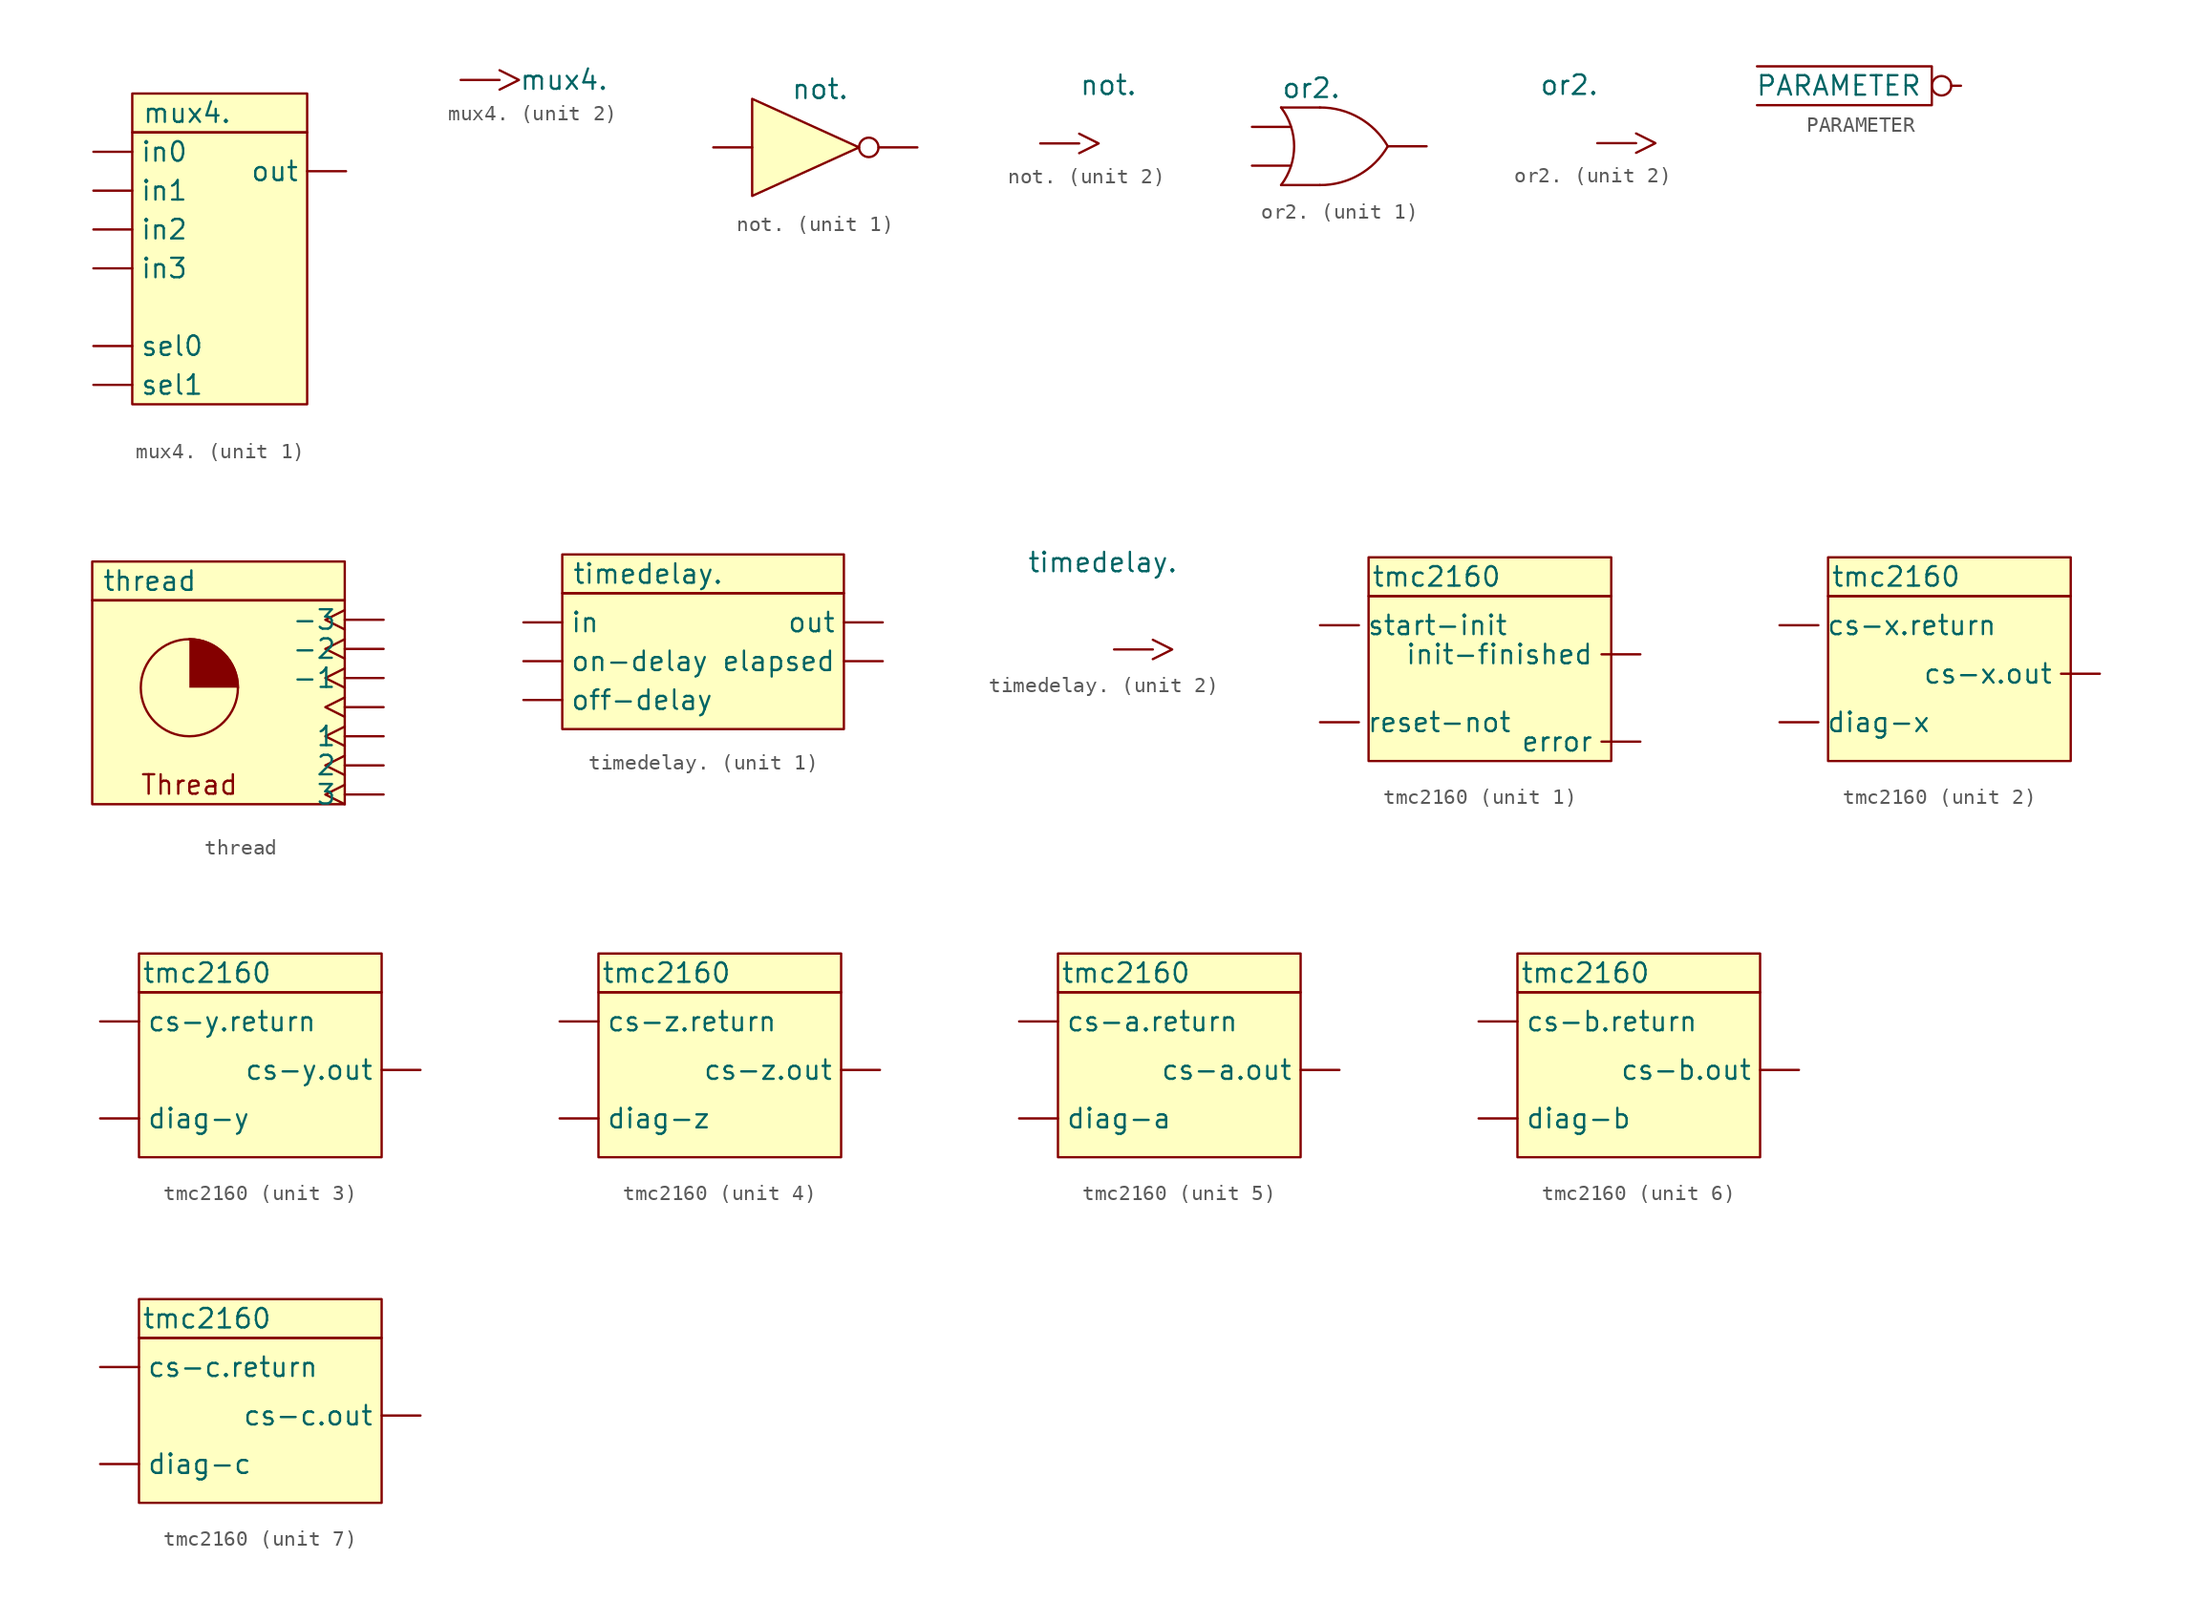
<source format=kicad_sym>
(kicad_symbol_lib
  (version 20220914)
  (generator kicad_symbol_editor)
  (symbol "mux4."
    (pin_numbers hide)
    (property "Reference" "MUX4"
      (at 0 0 0)
      (effects (font (size 1.27 1.27)) hide))
    (property "Value" "mux4."
      (at -5.08 8.89 0)
      (effects (font (size 1.27 1.27)) (justify left)))
    (property "ki_locked" ""
      (at 0 0 0)
      (effects (font (size 1.27 1.27))))
    (symbol "mux4._1_1"
      (rectangle (start -5.715 7.62) (end 5.715 -10.16) (stroke (width 0.152) (type default)) (fill (type background)))
      (rectangle (start -5.715 10.16) (end 5.715 7.62) (stroke (width 0.152) (type default)) (fill (type background)))
      (pin input line (at -8.255 6.35 0) (length 2.54) (name "in0" (effects (font (size 1.27 1.27)))) (number "1" (effects (font (size 1.27 1.27)))))
      (pin input line (at -8.255 3.81 0) (length 2.54) (name "in1" (effects (font (size 1.27 1.27)))) (number "2" (effects (font (size 1.27 1.27)))))
      (pin input line (at -8.255 1.27 0) (length 2.54) (name "in2" (effects (font (size 1.27 1.27)))) (number "3" (effects (font (size 1.27 1.27)))))
      (pin input line (at -8.255 -1.27 0) (length 2.54) (name "in3" (effects (font (size 1.27 1.27)))) (number "4" (effects (font (size 1.27 1.27)))))
      (pin input line (at -8.255 -6.35 0) (length 2.54) (name "sel0" (effects (font (size 1.27 1.27)))) (number "5" (effects (font (size 1.27 1.27)))))
      (pin input line (at -8.255 -8.89 0) (length 2.54) (name "sel1" (effects (font (size 1.27 1.27)))) (number "6" (effects (font (size 1.27 1.27)))))
      (pin output line (at 8.255 5.08 180) (length 2.54) (name "out" (effects (font (size 1.27 1.27)))) (number "7" (effects (font (size 1.27 1.27))))))
    (symbol "mux4._2_1"
      (pin input clock (at -8.89 8.89 0) (length 2.54) (name "" (effects (font (size 1.27 1.27)))) (number "8" (effects (font (size 1.27 1.27)))))))
  (symbol "not."
    (pin_numbers hide)
    (pin_names hide)
    (property "Reference" "NOT"
      (at 0 0 0)
      (effects (font (size 1.27 1.27)) hide))
    (property "Value" "not."
      (at 1.27 3.81 0)
      (effects (font (size 1.27 1.27))))
    (property "ki_locked" ""
      (at 0 0 0)
      (effects (font (size 1.27 1.27))))
    (symbol "not._1_1"
      (polyline (pts (xy 3.81 0) (xy -3.175 3.175) (xy -3.175 -3.175) (xy 3.81 0)) (stroke (width 0.152) (type default)) (fill (type background)))
      (circle (center 4.445 0) (radius 0.635) (stroke (width 0.152) (type default)) (fill (type none)))
      (pin input line (at -5.715 0 0) (length 2.54) (name "in" (effects (font (size 1.27 1.27)))) (number "1" (effects (font (size 1.27 1.27)))))
      (pin output line (at 7.62 0 180) (length 2.54) (name "out" (effects (font (size 1.27 1.27)))) (number "1" (effects (font (size 1.27 1.27))))))
    (symbol "not._2_1"
      (pin input clock (at -3.175 0 0) (length 2.54) (name "" (effects (font (size 1.27 1.27)))) (number "3" (effects (font (size 1.27 1.27)))))))
  (symbol "or2."
    (pin_numbers hide)
    (pin_names hide)
    (property "Reference" "OR2"
      (at -0.635 0 0)
      (effects (font (size 1.27 1.27)) hide))
    (property "Value" "or2."
      (at -3.81 3.81 0)
      (effects (font (size 1.27 1.27)) (justify left)))
    (property "ki_locked" ""
      (at 0 0 0)
      (effects (font (size 1.27 1.27))))
    (symbol "or2._1_0"
      (arc (start -3.81 -2.54) (mid -2.9556 0) (end -3.81 2.54) (stroke (width 0.1524) (type default)) (fill (type none)))
      (arc (start -1.27 -2.54) (mid 1.295 -1.8695) (end 3.175 0) (stroke (width 0.1524) (type default)) (fill (type none)))
      (polyline (pts (xy -3.81 -2.54) (xy -1.27 -2.54)) (stroke (width 0.152) (type default)) (fill (type none)))
      (polyline (pts (xy -3.81 2.54) (xy -1.27 2.54)) (stroke (width 0.152) (type default)) (fill (type none)))
      (arc (start 3.175 0) (mid 1.2944 1.8683) (end -1.27 2.54) (stroke (width 0.1524) (type default)) (fill (type none))))
    (symbol "or2._1_1"
      (pin input line (at -5.715 1.27 0) (length 2.54) (name "in0" (effects (font (size 1.27 1.27)))) (number "1" (effects (font (size 1.27 1.27)))))
      (pin input line (at -5.715 -1.27 0) (length 2.54) (name "in1" (effects (font (size 1.27 1.27)))) (number "2" (effects (font (size 1.27 1.27)))))
      (pin output line (at 5.715 0 180) (length 2.54) (name "out" (effects (font (size 1.27 1.27)))) (number "3" (effects (font (size 1.27 1.27))))))
    (symbol "or2._2_1"
      (pin input clock (at 0 0 0) (length 2.54) (name "" (effects (font (size 1.27 1.27)))) (number "4" (effects (font (size 1.27 1.27)))))))
  (symbol "PARAMETER"
    (property "Reference" "PARAMETER"
      (at 0 -2.54 0)
      (effects (font (size 1.27 1.27)) hide))
    (property "Value" "PARAMETER"
      (at 5.08 0 0)
      (effects (font (size 1.27 1.27)) (justify right)))
    (symbol "PARAMETER_0_1"
      (polyline (pts (xy -5.715 1.27) (xy 5.715 1.27) (xy 5.715 -1.27) (xy -5.715 -1.27)) (stroke (width 0.152) (type default)) (fill (type none)))
      (circle (center 6.35 0) (radius 0.635) (stroke (width 0.152) (type default)) (fill (type none))))
    (symbol "PARAMETER_1_1"
      (pin output line (at 7.62 0 180) (length 0.635) (name "" (effects (font (size 1.27 1.27)))) (number "" (effects (font (size 1.27 1.27)))))))
  (symbol "thread"
    (pin_numbers hide)
    (property "Reference" "THREAD"
      (at 0 -0.635 0)
      (effects (font (size 1.27 1.27)) hide))
    (property "Value" "thread"
      (at -5.715 6.985 0)
      (effects (font (size 1.27 1.27)) (justify left)))
    (symbol "thread_0_0"
      (circle (center 0 0) (radius 3.175) (stroke (width 0.152) (type default)) (fill (type none)))
      (arc (start 3.175 0) (mid 2.2451 2.2451) (end 0 3.175) (stroke (width 0.1524) (type default)) (fill (type outline)))
      (text "Thread" (at 0 -6.35 0) (effects (font (size 1.27 1.27))))
      (pin output clock (at 12.7 -1.27 180) (length 2.54) (name "" (effects (font (size 1.27 1.27)))) (number "0" (effects (font (size 1.27 1.27)))))
      (pin output clock (at 12.7 0.635 180) (length 2.54) (name "-1" (effects (font (size 1.27 1.27)))) (number "1" (effects (font (size 1.27 1.27)))))
      (pin output clock (at 12.7 -3.175 180) (length 2.54) (name "1" (effects (font (size 1.27 1.27)))) (number "2" (effects (font (size 1.27 1.27)))))
      (pin output clock (at 12.7 2.54 180) (length 2.54) (name "-2" (effects (font (size 1.27 1.27)))) (number "3" (effects (font (size 1.27 1.27)))))
      (pin output clock (at 12.7 4.445 180) (length 2.54) (name "-3" (effects (font (size 1.27 1.27)))) (number "4" (effects (font (size 1.27 1.27)))))
      (pin output clock (at 12.7 -5.08 180) (length 2.54) (name "2" (effects (font (size 1.27 1.27)))) (number "5" (effects (font (size 1.27 1.27)))))
      (pin output clock (at 12.7 -6.985 180) (length 2.54) (name "3" (effects (font (size 1.27 1.27)))) (number "6" (effects (font (size 1.27 1.27))))))
    (symbol "thread_0_1"
      (rectangle (start -6.35 5.715) (end 10.16 -7.62) (stroke (width 0.152) (type default)) (fill (type background)))
      (rectangle (start -6.35 8.255) (end 10.16 5.715) (stroke (width 0.152) (type default)) (fill (type background)))))
  (symbol "timedelay."
    (pin_numbers hide)
    (property "Reference" "TDL"
      (at 0 0 0)
      (effects (font (size 1.27 1.27)) hide))
    (property "Value" "timedelay."
      (at -8.89 5.715 0)
      (effects (font (size 1.27 1.27)) (justify left)))
    (property "ki_locked" ""
      (at 0 0 0)
      (effects (font (size 1.27 1.27))))
    (symbol "timedelay._1_1"
      (rectangle (start -9.525 4.445) (end 8.89 -4.445) (stroke (width 0.152) (type default)) (fill (type background)))
      (rectangle (start -9.525 6.985) (end 8.89 4.445) (stroke (width 0.152) (type default)) (fill (type background)))
      (pin output line (at 11.43 2.54 180) (length 2.54) (name "out" (effects (font (size 1.27 1.27)))) (number "" (effects (font (size 1.27 1.27)))))
      (pin input line (at -12.065 2.54 0) (length 2.54) (name "in" (effects (font (size 1.27 1.27)))) (number "1" (effects (font (size 1.27 1.27)))))
      (pin input line (at -12.065 0 0) (length 2.54) (name "on-delay" (effects (font (size 1.27 1.27)))) (number "2" (effects (font (size 1.27 1.27)))))
      (pin input line (at -12.065 -2.54 0) (length 2.54) (name "off-delay" (effects (font (size 1.27 1.27)))) (number "3" (effects (font (size 1.27 1.27)))))
      (pin output line (at 11.43 0 180) (length 2.54) (name "elapsed" (effects (font (size 1.27 1.27)))) (number "5" (effects (font (size 1.27 1.27))))))
    (symbol "timedelay._2_1"
      (pin input clock (at -3.175 0 0) (length 2.54) (name "" (effects (font (size 1.27 1.27)))) (number "6" (effects (font (size 1.27 1.27)))))))
  (symbol "tmc2160"
    (pin_numbers hide)
    (property "Reference" "HAL_TMC2160"
      (at 1.27 0 0)
      (effects (font (size 1.27 1.27)) hide))
    (property "Value" "tmc2160"
      (at -3.175 6.35 0)
      (effects (font (size 1.27 1.27))))
    (property "ki_locked" ""
      (at 0 0 0)
      (effects (font (size 1.27 1.27))))
    (symbol "tmc2160_0_1"
      (rectangle (start -7.62 5.08) (end 8.255 -5.715) (stroke (width 0.152) (type default)) (fill (type background)))
      (rectangle (start -7.62 7.62) (end 8.255 5.08) (stroke (width 0.152) (type default)) (fill (type background))))
    (symbol "tmc2160_1_1"
      (pin input line (at -10.795 3.175 0) (length 2.54) (name "start-init" (effects (font (size 1.27 1.27)))) (number "1" (effects (font (size 1.27 1.27)))))
      (pin input line (at -10.795 -3.175 0) (length 2.54) (name "reset-not" (effects (font (size 1.27 1.27)))) (number "2" (effects (font (size 1.27 1.27)))))
      (pin output line (at 10.16 1.27 180) (length 2.54) (name "init-finished" (effects (font (size 1.27 1.27)))) (number "3" (effects (font (size 1.27 1.27)))))
      (pin output line (at 10.16 -4.445 180) (length 2.54) (name "error" (effects (font (size 1.27 1.27)))) (number "4" (effects (font (size 1.27 1.27))))))
    (symbol "tmc2160_2_1"
      (pin output line (at 10.16 0 180) (length 2.54) (name "cs-x.out" (effects (font (size 1.27 1.27)))) (number "5" (effects (font (size 1.27 1.27)))))
      (pin input line (at -10.795 3.175 0) (length 2.54) (name "cs-x.return" (effects (font (size 1.27 1.27)))) (number "6" (effects (font (size 1.27 1.27)))))
      (pin input line (at -10.795 -3.175 0) (length 2.54) (name "diag-x" (effects (font (size 1.27 1.27)))) (number "7" (effects (font (size 1.27 1.27))))))
    (symbol "tmc2160_3_1"
      (pin input line (at -10.16 -3.175 0) (length 2.54) (name "diag-y" (effects (font (size 1.27 1.27)))) (number "10" (effects (font (size 1.27 1.27)))))
      (pin output line (at 10.795 0 180) (length 2.54) (name "cs-y.out" (effects (font (size 1.27 1.27)))) (number "8" (effects (font (size 1.27 1.27)))))
      (pin input line (at -10.16 3.175 0) (length 2.54) (name "cs-y.return" (effects (font (size 1.27 1.27)))) (number "9" (effects (font (size 1.27 1.27))))))
    (symbol "tmc2160_4_1"
      (pin output line (at 10.795 0 180) (length 2.54) (name "cs-z.out" (effects (font (size 1.27 1.27)))) (number "11" (effects (font (size 1.27 1.27)))))
      (pin input line (at -10.16 3.175 0) (length 2.54) (name "cs-z.return" (effects (font (size 1.27 1.27)))) (number "12" (effects (font (size 1.27 1.27)))))
      (pin input line (at -10.16 -3.175 0) (length 2.54) (name "diag-z" (effects (font (size 1.27 1.27)))) (number "13" (effects (font (size 1.27 1.27))))))
    (symbol "tmc2160_5_1"
      (pin output line (at 10.795 0 180) (length 2.54) (name "cs-a.out" (effects (font (size 1.27 1.27)))) (number "14" (effects (font (size 1.27 1.27)))))
      (pin input line (at -10.16 3.175 0) (length 2.54) (name "cs-a.return" (effects (font (size 1.27 1.27)))) (number "15" (effects (font (size 1.27 1.27)))))
      (pin input line (at -10.16 -3.175 0) (length 2.54) (name "diag-a" (effects (font (size 1.27 1.27)))) (number "16" (effects (font (size 1.27 1.27))))))
    (symbol "tmc2160_6_1"
      (pin output line (at 10.795 0 180) (length 2.54) (name "cs-b.out" (effects (font (size 1.27 1.27)))) (number "17" (effects (font (size 1.27 1.27)))))
      (pin input line (at -10.16 3.175 0) (length 2.54) (name "cs-b.return" (effects (font (size 1.27 1.27)))) (number "18" (effects (font (size 1.27 1.27)))))
      (pin input line (at -10.16 -3.175 0) (length 2.54) (name "diag-b" (effects (font (size 1.27 1.27)))) (number "19" (effects (font (size 1.27 1.27))))))
    (symbol "tmc2160_7_1"
      (pin output line (at 10.795 0 180) (length 2.54) (name "cs-c.out" (effects (font (size 1.27 1.27)))) (number "20" (effects (font (size 1.27 1.27)))))
      (pin input line (at -10.16 3.175 0) (length 2.54) (name "cs-c.return" (effects (font (size 1.27 1.27)))) (number "21" (effects (font (size 1.27 1.27)))))
      (pin input line (at -10.16 -3.175 0) (length 2.54) (name "diag-c" (effects (font (size 1.27 1.27)))) (number "22" (effects (font (size 1.27 1.27))))))))
</source>
